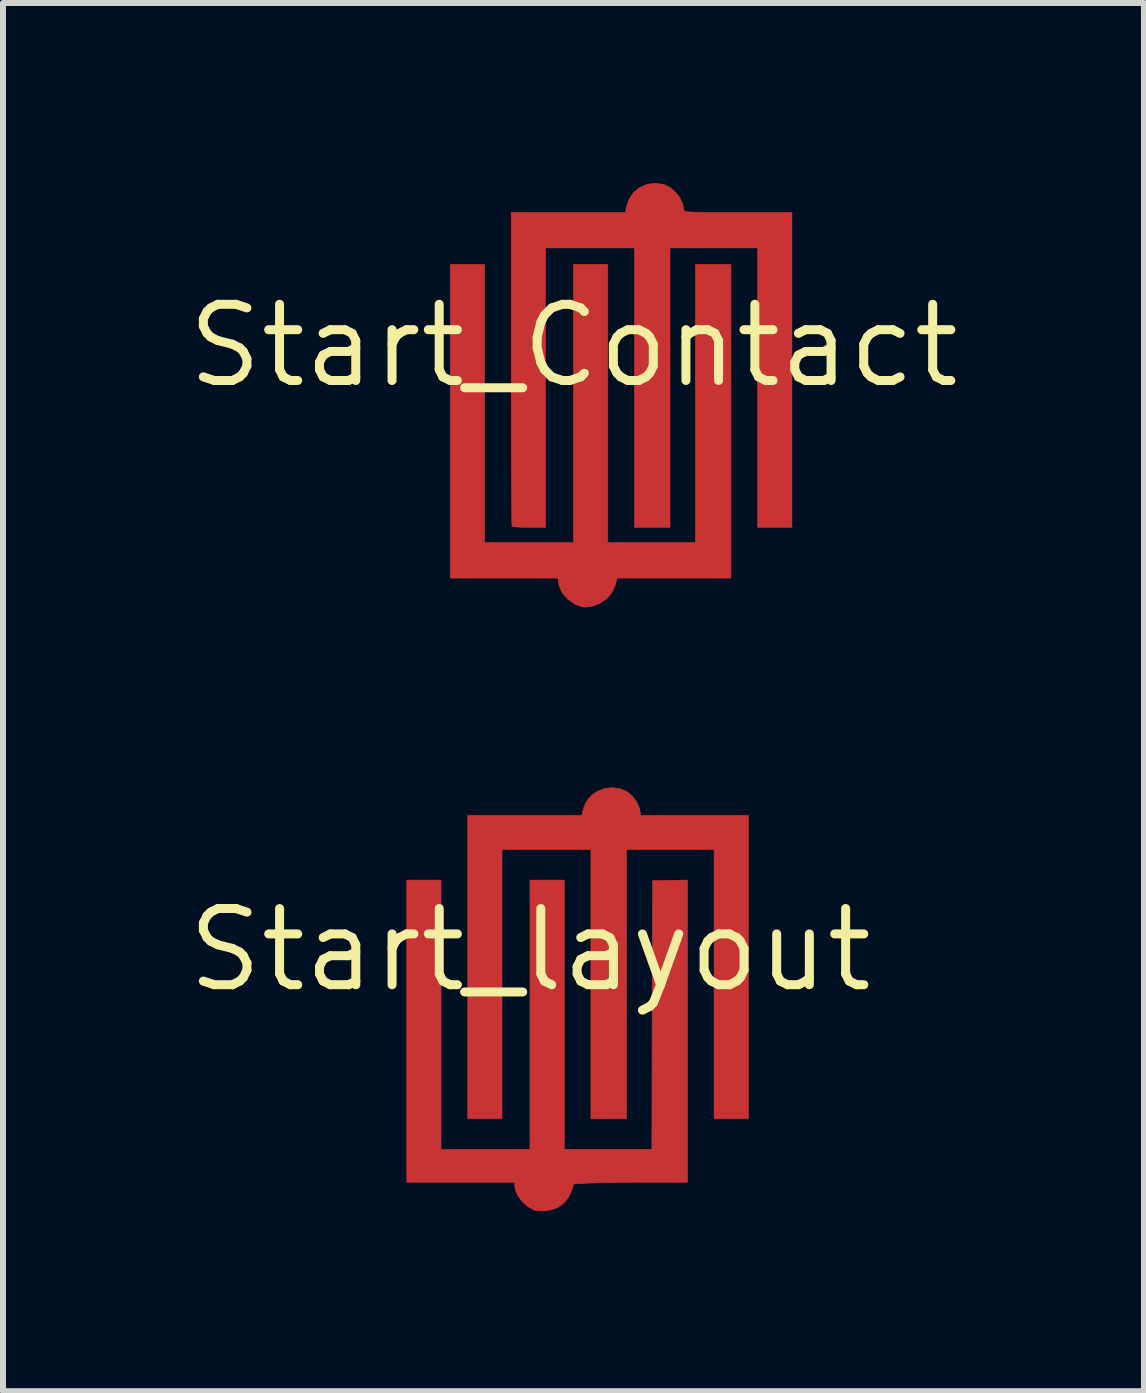
<source format=kicad_pcb>
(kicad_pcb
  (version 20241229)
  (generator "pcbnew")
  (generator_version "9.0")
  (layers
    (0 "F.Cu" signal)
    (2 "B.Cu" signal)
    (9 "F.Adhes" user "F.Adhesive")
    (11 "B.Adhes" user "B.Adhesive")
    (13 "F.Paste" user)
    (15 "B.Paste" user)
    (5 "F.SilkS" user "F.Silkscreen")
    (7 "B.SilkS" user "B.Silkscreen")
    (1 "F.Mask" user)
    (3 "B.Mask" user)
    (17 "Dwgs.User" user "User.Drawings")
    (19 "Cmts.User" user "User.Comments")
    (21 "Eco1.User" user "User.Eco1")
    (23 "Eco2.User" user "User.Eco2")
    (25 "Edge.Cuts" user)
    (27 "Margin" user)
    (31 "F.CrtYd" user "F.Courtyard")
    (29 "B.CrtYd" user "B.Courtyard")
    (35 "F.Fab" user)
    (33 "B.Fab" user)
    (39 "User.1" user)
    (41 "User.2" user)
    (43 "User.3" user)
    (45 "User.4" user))
  (footprint "Start_layout"
    (layer "F.Cu")
    (at 5.783 12.783)
    (property "Reference" "Start_layout" (at 0 0 0) (layer "F.SilkS") (effects (font (size 1.27 1.27) (thickness 0.15))))
    (attr through_hole)
    (fp_poly (pts (xy 1.5 -2.687) (xy 1.619 -2.637) (xy 1.71 -2.562) (xy 1.784 -2.46) (xy 1.829 -2.347) (xy 1.835 -2.319) (xy 1.847 -2.244) (xy 3.641 -2.244) (xy 3.641 2.815) (xy 3.069 2.815) (xy 3.069 -1.672) (xy 1.609 -1.672) (xy 1.609 2.815) (xy 1.016 2.815) (xy 1.016 -1.672) (xy -0.466 -1.672) (xy -0.466 2.815) (xy -1.037 2.815) (xy -1.037 -2.244) (xy 0.864 -2.244) (xy 0.889 -2.348) (xy 0.938 -2.47) (xy 1.018 -2.569) (xy 1.121 -2.643) (xy 1.24 -2.69) (xy 1.369 -2.705) (xy 1.5 -2.687)) (stroke (width 0.01) (type solid)) (fill yes) (layer "F.Cu"))
    (fp_poly (pts (xy 2.625 3.873) (xy 1.898 3.873) (xy 1.715 3.874) (xy 1.535 3.875) (xy 1.365 3.877) (xy 1.213 3.879) (xy 1.084 3.882) (xy 0.988 3.885) (xy 0.949 3.887) (xy 0.727 3.901) (xy 0.704 3.988) (xy 0.654 4.104) (xy 0.577 4.207) (xy 0.481 4.283) (xy 0.458 4.295) (xy 0.353 4.332) (xy 0.238 4.35) (xy 0.13 4.348) (xy 0.066 4.333) (xy -0.035 4.277) (xy -0.126 4.198) (xy -0.197 4.103) (xy -0.242 4.003) (xy -0.254 3.932) (xy -0.254 3.873) (xy -2.053 3.873) (xy -2.053 -1.164) (xy -1.482 -1.164) (xy -1.482 3.323) (xy 0 3.323) (xy 0 -1.164) (xy 0.572 -1.164) (xy 0.572 3.323) (xy 2.032 3.323) (xy 2.037 1.085) (xy 2.043 -1.154) (xy 2.334 -1.159) (xy 2.625 -1.165) (xy 2.625 3.873)) (stroke (width 0.01) (type solid)) (fill yes) (layer "F.Cu"))
    (fp_poly (pts (xy 3.556 3.831) (xy 0.808 3.831) (xy 0.47 3.831) (xy 0.144 3.831) (xy -0.168 3.83) (xy -0.463 3.83) (xy -0.738 3.829) (xy -0.993 3.828) (xy -1.222 3.827) (xy -1.426 3.825) (xy -1.6 3.824) (xy -1.742 3.822) (xy -1.85 3.821) (xy -1.921 3.819) (xy -1.953 3.817) (xy -1.954 3.817) (xy -1.956 3.795) (xy -1.958 3.732) (xy -1.959 3.632) (xy -1.961 3.497) (xy -1.962 3.329) (xy -1.963 3.131) (xy -1.964 2.905) (xy -1.965 2.654) (xy -1.966 2.379) (xy -1.967 2.083) (xy -1.968 1.769) (xy -1.968 1.44) (xy -1.968 1.096) (xy -1.968 0.811) (xy -1.968 -2.18) (xy 3.556 -2.18) (xy 3.556 3.831)) (stroke (width 0.01) (type solid)) (fill yes) (layer "F.Mask")))
  (footprint "Start_Contact"
    (layer "F.Cu")
    (at 6.508 2.712)
    (property "Reference" "Start_Contact" (at 0 0 0) (layer "F.SilkS") (effects (font (size 1.27 1.27) (thickness 0.15))))
    (attr through_hole)
    (fp_poly (pts (xy -1.482 3.281) (xy 0 3.281) (xy 0 -1.355) (xy 0.572 -1.355) (xy 0.572 3.281) (xy 2.032 3.281) (xy 2.032 -1.355) (xy 2.625 -1.355) (xy 2.625 3.873) (xy 0.728 3.873) (xy 0.701 3.977) (xy 0.648 4.102) (xy 0.562 4.209) (xy 0.45 4.29) (xy 0.319 4.341) (xy 0.246 4.353) (xy 0.173 4.356) (xy 0.111 4.343) (xy 0.038 4.312) (xy 0.021 4.304) (xy -0.093 4.226) (xy -0.18 4.128) (xy -0.233 4.018) (xy -0.245 3.969) (xy -0.259 3.873) (xy -2.053 3.873) (xy -2.053 -1.355) (xy -1.482 -1.355) (xy -1.482 3.281)) (stroke (width 0.01) (type solid)) (fill yes) (layer "F.Cu"))
    (fp_poly (pts (xy 1.503 -2.688) (xy 1.51 -2.686) (xy 1.606 -2.641) (xy 1.695 -2.566) (xy 1.769 -2.471) (xy 1.821 -2.367) (xy 1.841 -2.266) (xy 1.841 -2.261) (xy 1.843 -2.252) (xy 1.851 -2.244) (xy 1.868 -2.238) (xy 1.899 -2.233) (xy 1.948 -2.229) (xy 2.017 -2.226) (xy 2.11 -2.225) (xy 2.232 -2.223) (xy 2.387 -2.223) (xy 2.577 -2.223) (xy 2.741 -2.223) (xy 3.641 -2.223) (xy 3.641 3.027) (xy 3.069 3.027) (xy 3.069 -1.63) (xy 1.609 -1.63) (xy 1.609 3.027) (xy 1.016 3.027) (xy 1.016 -1.63) (xy -0.466 -1.63) (xy -0.466 3.027) (xy -0.737 3.027) (xy -0.841 3.026) (xy -0.928 3.023) (xy -0.991 3.019) (xy -1.022 3.013) (xy -1.023 3.013) (xy -1.025 2.99) (xy -1.027 2.928) (xy -1.028 2.828) (xy -1.03 2.694) (xy -1.031 2.528) (xy -1.032 2.332) (xy -1.034 2.11) (xy -1.035 1.863) (xy -1.036 1.594) (xy -1.036 1.306) (xy -1.037 1.002) (xy -1.037 0.683) (xy -1.037 0.388) (xy -1.037 -2.223) (xy 0.866 -2.223) (xy 0.88 -2.302) (xy 0.925 -2.438) (xy 1 -2.551) (xy 1.101 -2.635) (xy 1.223 -2.688) (xy 1.358 -2.707) (xy 1.503 -2.688)) (stroke (width 0.01) (type solid)) (fill yes) (layer "F.Cu"))
    (fp_poly (pts (xy 3.852 4.128) (xy -2.265 4.128) (xy -2.265 -2.498) (xy 3.852 -2.498) (xy 3.852 4.128)) (stroke (width 0.01) (type solid)) (fill yes) (layer "F.Mask")))
  (gr_rect
    (start -3 -3)
    (end 16.017 20.138)
    (stroke (width 0.1) (type default))
    (fill no)
    (layer "Edge.Cuts")))
</source>
